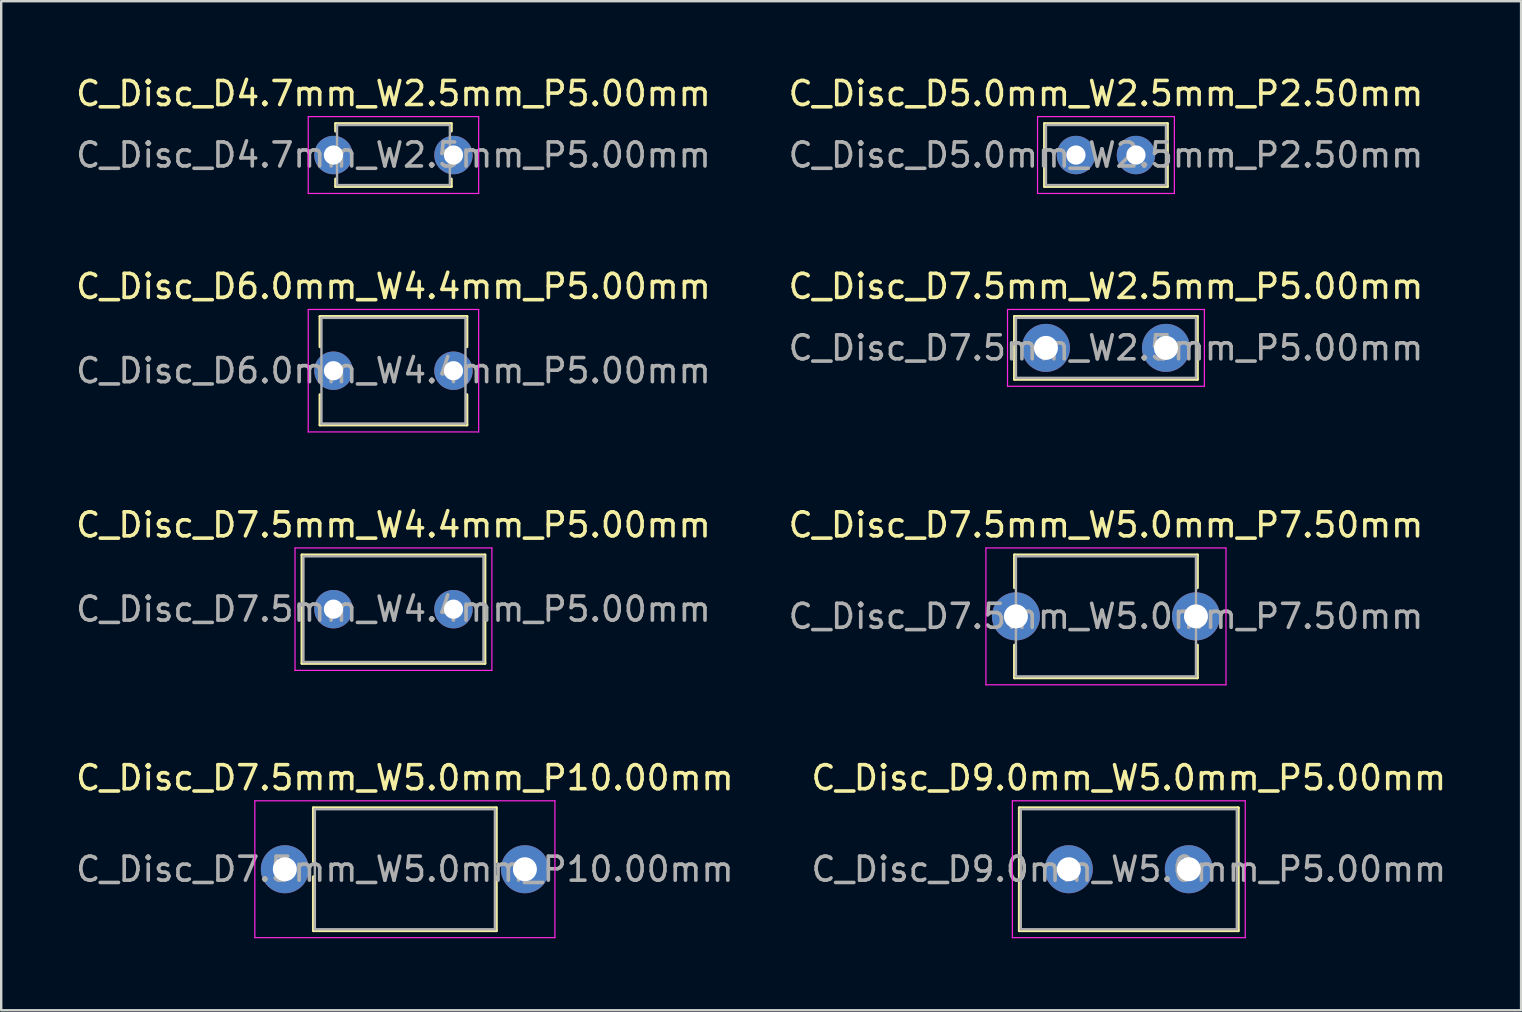
<source format=kicad_pcb>
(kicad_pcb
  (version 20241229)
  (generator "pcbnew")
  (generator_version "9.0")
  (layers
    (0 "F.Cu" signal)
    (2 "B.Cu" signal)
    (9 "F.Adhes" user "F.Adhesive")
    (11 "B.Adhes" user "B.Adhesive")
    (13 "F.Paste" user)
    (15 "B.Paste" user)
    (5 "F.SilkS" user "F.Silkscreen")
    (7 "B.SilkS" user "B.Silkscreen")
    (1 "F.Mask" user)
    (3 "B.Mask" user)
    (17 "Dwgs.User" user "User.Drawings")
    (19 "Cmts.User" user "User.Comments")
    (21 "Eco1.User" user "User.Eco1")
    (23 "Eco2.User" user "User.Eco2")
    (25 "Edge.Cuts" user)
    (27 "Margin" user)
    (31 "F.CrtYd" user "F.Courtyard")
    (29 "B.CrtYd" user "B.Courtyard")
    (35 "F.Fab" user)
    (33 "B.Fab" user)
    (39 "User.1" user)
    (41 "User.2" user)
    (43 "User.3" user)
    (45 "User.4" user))
  (footprint "C_Disc_D9.0mm_W5.0mm_P5.00mm"
    (layer "F.Cu")
    (at 41.47 33.158)
    (property "Reference" "C_Disc_D9.0mm_W5.0mm_P5.00mm" (at 2.5 -3.81 0) (layer "F.SilkS") (effects (font (size 1 1) (thickness 0.15))))
    (attr through_hole)
    (fp_line (start -2.06 -2.56) (end -2.06 2.56) (stroke (width 0.12) (type solid)) (layer "F.SilkS"))
    (fp_line (start -2.06 -2.56) (end 7.06 -2.56) (stroke (width 0.12) (type solid)) (layer "F.SilkS"))
    (fp_line (start -2.06 2.56) (end 7.06 2.56) (stroke (width 0.12) (type solid)) (layer "F.SilkS"))
    (fp_line (start 7.06 -2.56) (end 7.06 2.56) (stroke (width 0.12) (type solid)) (layer "F.SilkS"))
    (fp_line (start -2.35 -2.85) (end -2.35 2.85) (stroke (width 0.05) (type solid)) (layer "F.CrtYd"))
    (fp_line (start -2.35 2.85) (end 7.35 2.85) (stroke (width 0.05) (type solid)) (layer "F.CrtYd"))
    (fp_line (start 7.35 -2.85) (end -2.35 -2.85) (stroke (width 0.05) (type solid)) (layer "F.CrtYd"))
    (fp_line (start 7.35 2.85) (end 7.35 -2.85) (stroke (width 0.05) (type solid)) (layer "F.CrtYd"))
    (fp_line (start -2 -2.5) (end -2 2.5) (stroke (width 0.1) (type solid)) (layer "F.Fab"))
    (fp_line (start -2 2.5) (end 7 2.5) (stroke (width 0.1) (type solid)) (layer "F.Fab"))
    (fp_line (start 7 -2.5) (end -2 -2.5) (stroke (width 0.1) (type solid)) (layer "F.Fab"))
    (fp_line (start 7 2.5) (end 7 -2.5) (stroke (width 0.1) (type solid)) (layer "F.Fab"))
    (fp_text user "${REFERENCE}" (at 2.5 0 0) (layer "F.Fab") (effects (font (size 1 1) (thickness 0.15))))
    (pad "1" thru_hole circle (at 0 0) (size 2 2) (drill 1) (layers "*.Cu" "*.Mask"))
    (pad "2" thru_hole circle (at 5 0) (size 2 2) (drill 1) (layers "*.Cu" "*.Mask")))
  (footprint "C_Disc_D7.5mm_W2.5mm_P5.00mm"
    (layer "F.Cu")
    (at 40.518 11.441)
    (property "Reference" "C_Disc_D7.5mm_W2.5mm_P5.00mm" (at 2.5 -2.56 0) (layer "F.SilkS") (effects (font (size 1 1) (thickness 0.15))))
    (attr through_hole)
    (fp_line (start -1.31 -1.31) (end -1.31 1.31) (stroke (width 0.12) (type solid)) (layer "F.SilkS"))
    (fp_line (start -1.31 -1.31) (end 6.31 -1.31) (stroke (width 0.12) (type solid)) (layer "F.SilkS"))
    (fp_line (start -1.31 1.31) (end 6.31 1.31) (stroke (width 0.12) (type solid)) (layer "F.SilkS"))
    (fp_line (start 6.31 -1.31) (end 6.31 1.31) (stroke (width 0.12) (type solid)) (layer "F.SilkS"))
    (fp_line (start -1.6 -1.6) (end -1.6 1.6) (stroke (width 0.05) (type solid)) (layer "F.CrtYd"))
    (fp_line (start -1.6 1.6) (end 6.6 1.6) (stroke (width 0.05) (type solid)) (layer "F.CrtYd"))
    (fp_line (start 6.6 -1.6) (end -1.6 -1.6) (stroke (width 0.05) (type solid)) (layer "F.CrtYd"))
    (fp_line (start 6.6 1.6) (end 6.6 -1.6) (stroke (width 0.05) (type solid)) (layer "F.CrtYd"))
    (fp_line (start -1.25 -1.25) (end -1.25 1.25) (stroke (width 0.1) (type solid)) (layer "F.Fab"))
    (fp_line (start -1.25 1.25) (end 6.25 1.25) (stroke (width 0.1) (type solid)) (layer "F.Fab"))
    (fp_line (start 6.25 -1.25) (end -1.25 -1.25) (stroke (width 0.1) (type solid)) (layer "F.Fab"))
    (fp_line (start 6.25 1.25) (end 6.25 -1.25) (stroke (width 0.1) (type solid)) (layer "F.Fab"))
    (fp_text user "${REFERENCE}" (at 2.5 0 0) (layer "F.Fab") (effects (font (size 1 1) (thickness 0.15))))
    (pad "1" thru_hole circle (at 0 0) (size 2 2) (drill 1) (layers "*.Cu" "*.Mask"))
    (pad "2" thru_hole circle (at 5 0) (size 2 2) (drill 1) (layers "*.Cu" "*.Mask")))
  (footprint "C_Disc_D5.0mm_W2.5mm_P2.50mm"
    (layer "F.Cu")
    (at 41.768 3.408)
    (property "Reference" "C_Disc_D5.0mm_W2.5mm_P2.50mm" (at 1.25 -2.56 0) (layer "F.SilkS") (effects (font (size 1 1) (thickness 0.15))))
    (attr through_hole)
    (fp_line (start -1.31 -1.31) (end -1.31 1.31) (stroke (width 0.12) (type solid)) (layer "F.SilkS"))
    (fp_line (start -1.31 -1.31) (end 3.81 -1.31) (stroke (width 0.12) (type solid)) (layer "F.SilkS"))
    (fp_line (start -1.31 1.31) (end 3.81 1.31) (stroke (width 0.12) (type solid)) (layer "F.SilkS"))
    (fp_line (start 3.81 -1.31) (end 3.81 1.31) (stroke (width 0.12) (type solid)) (layer "F.SilkS"))
    (fp_line (start -1.6 -1.6) (end -1.6 1.6) (stroke (width 0.05) (type solid)) (layer "F.CrtYd"))
    (fp_line (start -1.6 1.6) (end 4.1 1.6) (stroke (width 0.05) (type solid)) (layer "F.CrtYd"))
    (fp_line (start 4.1 -1.6) (end -1.6 -1.6) (stroke (width 0.05) (type solid)) (layer "F.CrtYd"))
    (fp_line (start 4.1 1.6) (end 4.1 -1.6) (stroke (width 0.05) (type solid)) (layer "F.CrtYd"))
    (fp_line (start -1.25 -1.25) (end -1.25 1.25) (stroke (width 0.1) (type solid)) (layer "F.Fab"))
    (fp_line (start -1.25 1.25) (end 3.75 1.25) (stroke (width 0.1) (type solid)) (layer "F.Fab"))
    (fp_line (start 3.75 -1.25) (end -1.25 -1.25) (stroke (width 0.1) (type solid)) (layer "F.Fab"))
    (fp_line (start 3.75 1.25) (end 3.75 -1.25) (stroke (width 0.1) (type solid)) (layer "F.Fab"))
    (fp_text user "${REFERENCE}" (at 1.25 0 0) (layer "F.Fab") (effects (font (size 1 1) (thickness 0.15))))
    (pad "1" thru_hole circle (at 0 0) (size 1.6 1.6) (drill 0.8) (layers "*.Cu" "*.Mask"))
    (pad "2" thru_hole circle (at 2.5 0) (size 1.6 1.6) (drill 0.8) (layers "*.Cu" "*.Mask")))
  (footprint "C_Disc_D6.0mm_W4.4mm_P5.00mm"
    (layer "F.Cu")
    (at 10.839 12.392)
    (property "Reference" "C_Disc_D6.0mm_W4.4mm_P5.00mm" (at 2.5 -3.51 0) (layer "F.SilkS") (effects (font (size 1 1) (thickness 0.15))))
    (attr through_hole)
    (fp_line (start -0.56 -2.26) (end -0.56 -0.996) (stroke (width 0.12) (type solid)) (layer "F.SilkS"))
    (fp_line (start -0.56 -2.26) (end 5.56 -2.26) (stroke (width 0.12) (type solid)) (layer "F.SilkS"))
    (fp_line (start -0.56 0.996) (end -0.56 2.26) (stroke (width 0.12) (type solid)) (layer "F.SilkS"))
    (fp_line (start -0.56 2.26) (end 5.56 2.26) (stroke (width 0.12) (type solid)) (layer "F.SilkS"))
    (fp_line (start 5.56 -2.26) (end 5.56 -0.996) (stroke (width 0.12) (type solid)) (layer "F.SilkS"))
    (fp_line (start 5.56 0.996) (end 5.56 2.26) (stroke (width 0.12) (type solid)) (layer "F.SilkS"))
    (fp_line (start -1.05 -2.55) (end -1.05 2.55) (stroke (width 0.05) (type solid)) (layer "F.CrtYd"))
    (fp_line (start -1.05 2.55) (end 6.05 2.55) (stroke (width 0.05) (type solid)) (layer "F.CrtYd"))
    (fp_line (start 6.05 -2.55) (end -1.05 -2.55) (stroke (width 0.05) (type solid)) (layer "F.CrtYd"))
    (fp_line (start 6.05 2.55) (end 6.05 -2.55) (stroke (width 0.05) (type solid)) (layer "F.CrtYd"))
    (fp_line (start -0.5 -2.2) (end -0.5 2.2) (stroke (width 0.1) (type solid)) (layer "F.Fab"))
    (fp_line (start -0.5 2.2) (end 5.5 2.2) (stroke (width 0.1) (type solid)) (layer "F.Fab"))
    (fp_line (start 5.5 -2.2) (end -0.5 -2.2) (stroke (width 0.1) (type solid)) (layer "F.Fab"))
    (fp_line (start 5.5 2.2) (end 5.5 -2.2) (stroke (width 0.1) (type solid)) (layer "F.Fab"))
    (fp_text user "${REFERENCE}" (at 2.5 0 0) (layer "F.Fab") (effects (font (size 1 1) (thickness 0.15))))
    (pad "1" thru_hole circle (at 0 0) (size 1.6 1.6) (drill 0.8) (layers "*.Cu" "*.Mask"))
    (pad "2" thru_hole circle (at 5 0) (size 1.6 1.6) (drill 0.8) (layers "*.Cu" "*.Mask")))
  (footprint "C_Disc_D7.5mm_W4.4mm_P5.00mm"
    (layer "F.Cu")
    (at 10.839 22.325)
    (property "Reference" "C_Disc_D7.5mm_W4.4mm_P5.00mm" (at 2.5 -3.51 0) (layer "F.SilkS") (effects (font (size 1 1) (thickness 0.15))))
    (attr through_hole)
    (fp_line (start -1.31 -2.26) (end -1.31 2.26) (stroke (width 0.12) (type solid)) (layer "F.SilkS"))
    (fp_line (start -1.31 -2.26) (end 6.31 -2.26) (stroke (width 0.12) (type solid)) (layer "F.SilkS"))
    (fp_line (start -1.31 2.26) (end 6.31 2.26) (stroke (width 0.12) (type solid)) (layer "F.SilkS"))
    (fp_line (start 6.31 -2.26) (end 6.31 2.26) (stroke (width 0.12) (type solid)) (layer "F.SilkS"))
    (fp_line (start -1.6 -2.55) (end -1.6 2.55) (stroke (width 0.05) (type solid)) (layer "F.CrtYd"))
    (fp_line (start -1.6 2.55) (end 6.6 2.55) (stroke (width 0.05) (type solid)) (layer "F.CrtYd"))
    (fp_line (start 6.6 -2.55) (end -1.6 -2.55) (stroke (width 0.05) (type solid)) (layer "F.CrtYd"))
    (fp_line (start 6.6 2.55) (end 6.6 -2.55) (stroke (width 0.05) (type solid)) (layer "F.CrtYd"))
    (fp_line (start -1.25 -2.2) (end -1.25 2.2) (stroke (width 0.1) (type solid)) (layer "F.Fab"))
    (fp_line (start -1.25 2.2) (end 6.25 2.2) (stroke (width 0.1) (type solid)) (layer "F.Fab"))
    (fp_line (start 6.25 -2.2) (end -1.25 -2.2) (stroke (width 0.1) (type solid)) (layer "F.Fab"))
    (fp_line (start 6.25 2.2) (end 6.25 -2.2) (stroke (width 0.1) (type solid)) (layer "F.Fab"))
    (fp_text user "${REFERENCE}" (at 2.5 0 0) (layer "F.Fab") (effects (font (size 1 1) (thickness 0.15))))
    (pad "1" thru_hole circle (at 0 0) (size 1.6 1.6) (drill 0.8) (layers "*.Cu" "*.Mask"))
    (pad "2" thru_hole circle (at 5 0) (size 1.6 1.6) (drill 0.8) (layers "*.Cu" "*.Mask")))
  (footprint "C_Disc_D4.7mm_W2.5mm_P5.00mm"
    (layer "F.Cu")
    (at 10.839 3.408)
    (property "Reference" "C_Disc_D4.7mm_W2.5mm_P5.00mm" (at 2.5 -2.56 0) (layer "F.SilkS") (effects (font (size 1 1) (thickness 0.15))))
    (attr through_hole)
    (fp_line (start 0.09 -1.31) (end 0.09 -0.996) (stroke (width 0.12) (type solid)) (layer "F.SilkS"))
    (fp_line (start 0.09 -1.31) (end 4.91 -1.31) (stroke (width 0.12) (type solid)) (layer "F.SilkS"))
    (fp_line (start 0.09 0.996) (end 0.09 1.31) (stroke (width 0.12) (type solid)) (layer "F.SilkS"))
    (fp_line (start 0.09 1.31) (end 4.91 1.31) (stroke (width 0.12) (type solid)) (layer "F.SilkS"))
    (fp_line (start 4.91 -1.31) (end 4.91 -0.996) (stroke (width 0.12) (type solid)) (layer "F.SilkS"))
    (fp_line (start 4.91 0.996) (end 4.91 1.31) (stroke (width 0.12) (type solid)) (layer "F.SilkS"))
    (fp_line (start -1.05 -1.6) (end -1.05 1.6) (stroke (width 0.05) (type solid)) (layer "F.CrtYd"))
    (fp_line (start -1.05 1.6) (end 6.05 1.6) (stroke (width 0.05) (type solid)) (layer "F.CrtYd"))
    (fp_line (start 6.05 -1.6) (end -1.05 -1.6) (stroke (width 0.05) (type solid)) (layer "F.CrtYd"))
    (fp_line (start 6.05 1.6) (end 6.05 -1.6) (stroke (width 0.05) (type solid)) (layer "F.CrtYd"))
    (fp_line (start 0.15 -1.25) (end 0.15 1.25) (stroke (width 0.1) (type solid)) (layer "F.Fab"))
    (fp_line (start 0.15 1.25) (end 4.85 1.25) (stroke (width 0.1) (type solid)) (layer "F.Fab"))
    (fp_line (start 4.85 -1.25) (end 0.15 -1.25) (stroke (width 0.1) (type solid)) (layer "F.Fab"))
    (fp_line (start 4.85 1.25) (end 4.85 -1.25) (stroke (width 0.1) (type solid)) (layer "F.Fab"))
    (fp_text user "${REFERENCE}" (at 2.5 0 0) (layer "F.Fab") (effects (font (size 1 1) (thickness 0.15))))
    (pad "1" thru_hole circle (at 0 0) (size 1.6 1.6) (drill 0.8) (layers "*.Cu" "*.Mask"))
    (pad "2" thru_hole circle (at 5 0) (size 1.6 1.6) (drill 0.8) (layers "*.Cu" "*.Mask")))
  (footprint "C_Disc_D7.5mm_W5.0mm_P7.50mm"
    (layer "F.Cu")
    (at 39.268 22.625)
    (property "Reference" "C_Disc_D7.5mm_W5.0mm_P7.50mm" (at 3.75 -3.81 0) (layer "F.SilkS") (effects (font (size 1 1) (thickness 0.15))))
    (attr through_hole)
    (fp_line (start -0.06 -2.56) (end -0.06 -1.195) (stroke (width 0.12) (type solid)) (layer "F.SilkS"))
    (fp_line (start -0.06 -2.56) (end 7.56 -2.56) (stroke (width 0.12) (type solid)) (layer "F.SilkS"))
    (fp_line (start -0.06 1.195) (end -0.06 2.56) (stroke (width 0.12) (type solid)) (layer "F.SilkS"))
    (fp_line (start -0.06 2.56) (end 7.56 2.56) (stroke (width 0.12) (type solid)) (layer "F.SilkS"))
    (fp_line (start 7.56 -2.56) (end 7.56 -1.195) (stroke (width 0.12) (type solid)) (layer "F.SilkS"))
    (fp_line (start 7.56 1.195) (end 7.56 2.56) (stroke (width 0.12) (type solid)) (layer "F.SilkS"))
    (fp_line (start -1.25 -2.85) (end -1.25 2.85) (stroke (width 0.05) (type solid)) (layer "F.CrtYd"))
    (fp_line (start -1.25 2.85) (end 8.75 2.85) (stroke (width 0.05) (type solid)) (layer "F.CrtYd"))
    (fp_line (start 8.75 -2.85) (end -1.25 -2.85) (stroke (width 0.05) (type solid)) (layer "F.CrtYd"))
    (fp_line (start 8.75 2.85) (end 8.75 -2.85) (stroke (width 0.05) (type solid)) (layer "F.CrtYd"))
    (fp_line (start 0 -2.5) (end 0 2.5) (stroke (width 0.1) (type solid)) (layer "F.Fab"))
    (fp_line (start 0 2.5) (end 7.5 2.5) (stroke (width 0.1) (type solid)) (layer "F.Fab"))
    (fp_line (start 7.5 -2.5) (end 0 -2.5) (stroke (width 0.1) (type solid)) (layer "F.Fab"))
    (fp_line (start 7.5 2.5) (end 7.5 -2.5) (stroke (width 0.1) (type solid)) (layer "F.Fab"))
    (fp_text user "${REFERENCE}" (at 3.75 0 0) (layer "F.Fab") (effects (font (size 1 1) (thickness 0.15))))
    (pad "1" thru_hole circle (at 0 0) (size 2 2) (drill 1) (layers "*.Cu" "*.Mask"))
    (pad "2" thru_hole circle (at 7.5 0) (size 2 2) (drill 1) (layers "*.Cu" "*.Mask")))
  (footprint "C_Disc_D7.5mm_W5.0mm_P10.00mm"
    (layer "F.Cu")
    (at 8.815 33.158)
    (property "Reference" "C_Disc_D7.5mm_W5.0mm_P10.00mm" (at 5 -3.81 0) (layer "F.SilkS") (effects (font (size 1 1) (thickness 0.15))))
    (attr through_hole)
    (fp_line (start 1.19 -2.56) (end 1.19 -0.311) (stroke (width 0.12) (type solid)) (layer "F.SilkS"))
    (fp_line (start 1.19 -2.56) (end 8.81 -2.56) (stroke (width 0.12) (type solid)) (layer "F.SilkS"))
    (fp_line (start 1.19 0.311) (end 1.19 2.56) (stroke (width 0.12) (type solid)) (layer "F.SilkS"))
    (fp_line (start 1.19 2.56) (end 8.81 2.56) (stroke (width 0.12) (type solid)) (layer "F.SilkS"))
    (fp_line (start 8.81 -2.56) (end 8.81 -0.311) (stroke (width 0.12) (type solid)) (layer "F.SilkS"))
    (fp_line (start 8.81 0.311) (end 8.81 2.56) (stroke (width 0.12) (type solid)) (layer "F.SilkS"))
    (fp_line (start -1.25 -2.85) (end -1.25 2.85) (stroke (width 0.05) (type solid)) (layer "F.CrtYd"))
    (fp_line (start -1.25 2.85) (end 11.25 2.85) (stroke (width 0.05) (type solid)) (layer "F.CrtYd"))
    (fp_line (start 11.25 -2.85) (end -1.25 -2.85) (stroke (width 0.05) (type solid)) (layer "F.CrtYd"))
    (fp_line (start 11.25 2.85) (end 11.25 -2.85) (stroke (width 0.05) (type solid)) (layer "F.CrtYd"))
    (fp_line (start 1.25 -2.5) (end 1.25 2.5) (stroke (width 0.1) (type solid)) (layer "F.Fab"))
    (fp_line (start 1.25 2.5) (end 8.75 2.5) (stroke (width 0.1) (type solid)) (layer "F.Fab"))
    (fp_line (start 8.75 -2.5) (end 1.25 -2.5) (stroke (width 0.1) (type solid)) (layer "F.Fab"))
    (fp_line (start 8.75 2.5) (end 8.75 -2.5) (stroke (width 0.1) (type solid)) (layer "F.Fab"))
    (fp_text user "${REFERENCE}" (at 5 0 0) (layer "F.Fab") (effects (font (size 1 1) (thickness 0.15))))
    (pad "1" thru_hole circle (at 0 0) (size 2 2) (drill 1) (layers "*.Cu" "*.Mask"))
    (pad "2" thru_hole circle (at 10 0) (size 2 2) (drill 1) (layers "*.Cu" "*.Mask")))
  (gr_rect
    (start -3 -3)
    (end 60.31 39.033)
    (stroke (width 0.1) (type default))
    (fill no)
    (layer "Edge.Cuts")))
</source>
